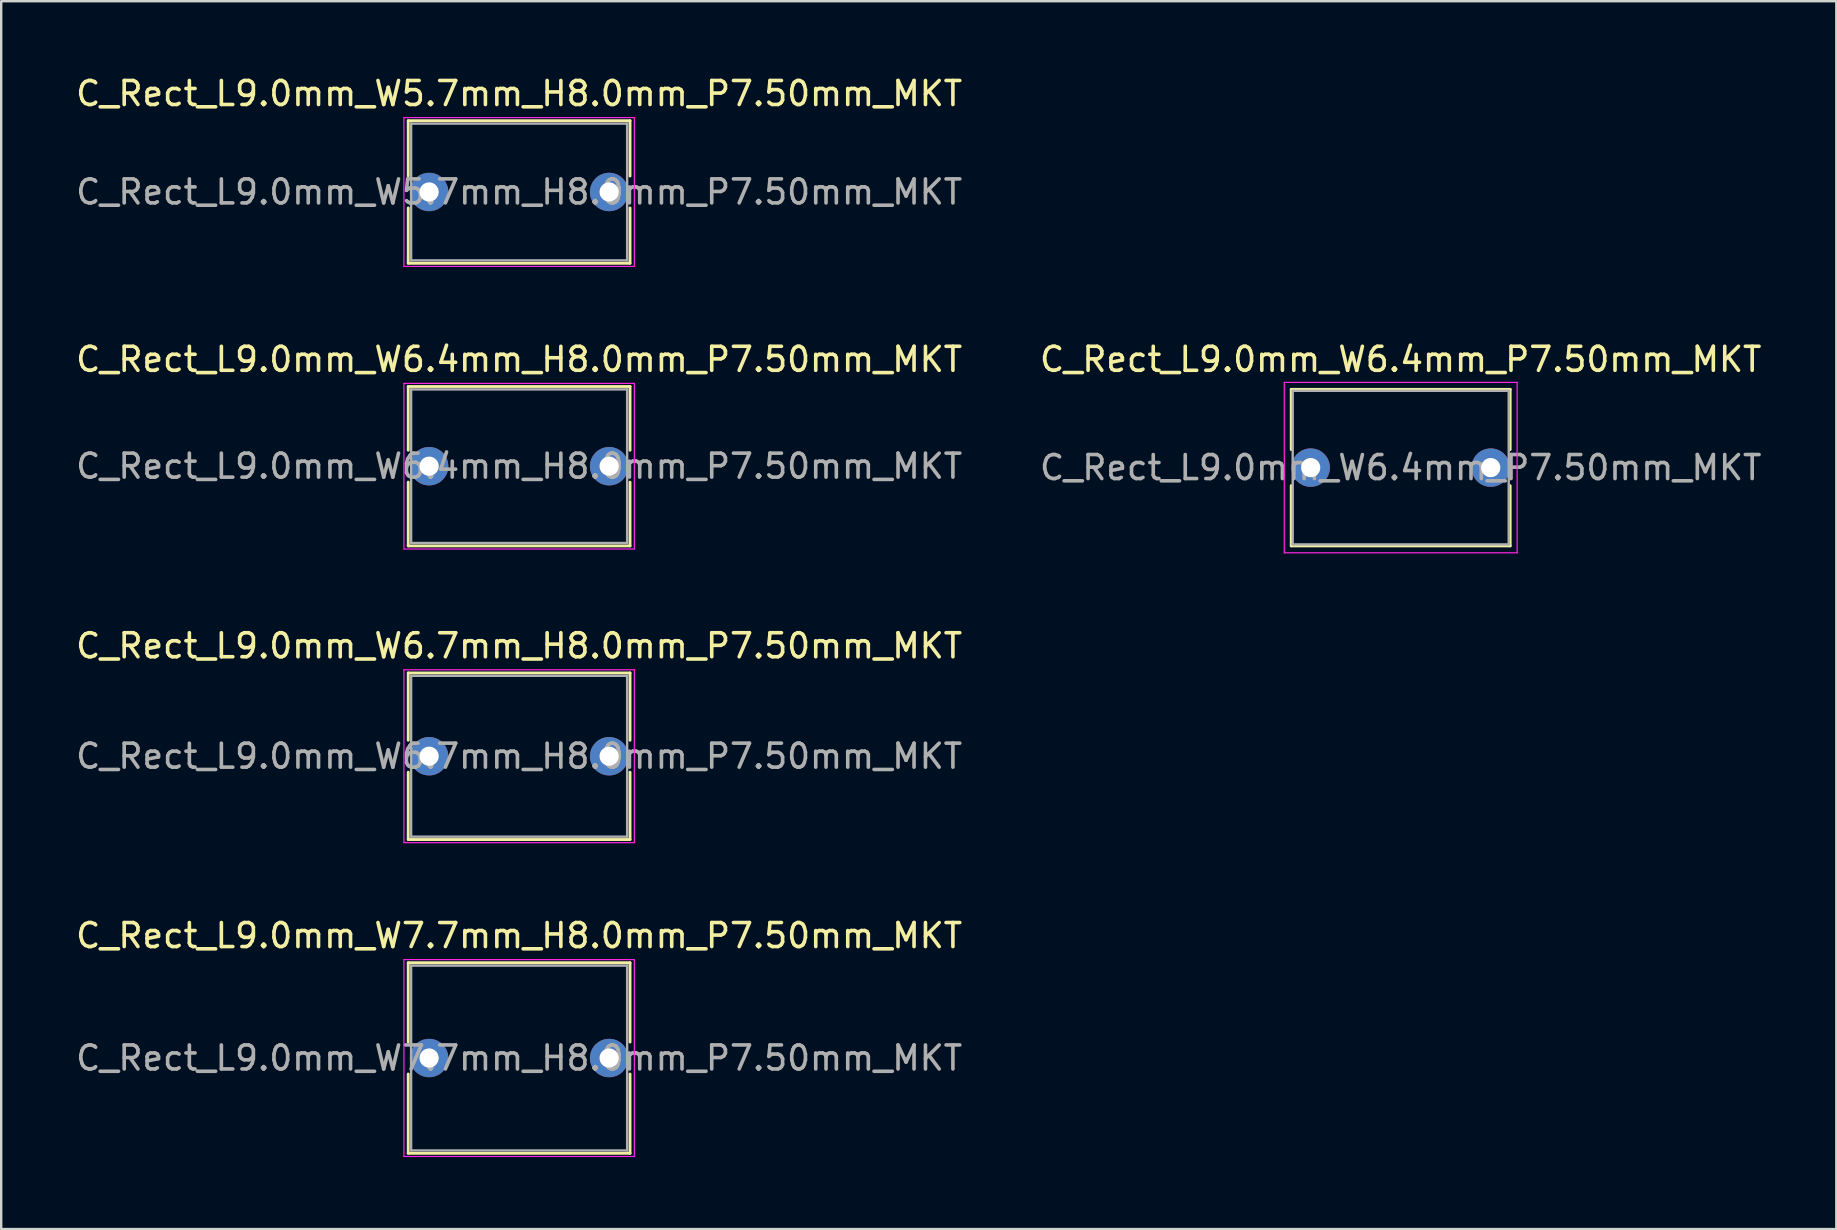
<source format=kicad_pcb>
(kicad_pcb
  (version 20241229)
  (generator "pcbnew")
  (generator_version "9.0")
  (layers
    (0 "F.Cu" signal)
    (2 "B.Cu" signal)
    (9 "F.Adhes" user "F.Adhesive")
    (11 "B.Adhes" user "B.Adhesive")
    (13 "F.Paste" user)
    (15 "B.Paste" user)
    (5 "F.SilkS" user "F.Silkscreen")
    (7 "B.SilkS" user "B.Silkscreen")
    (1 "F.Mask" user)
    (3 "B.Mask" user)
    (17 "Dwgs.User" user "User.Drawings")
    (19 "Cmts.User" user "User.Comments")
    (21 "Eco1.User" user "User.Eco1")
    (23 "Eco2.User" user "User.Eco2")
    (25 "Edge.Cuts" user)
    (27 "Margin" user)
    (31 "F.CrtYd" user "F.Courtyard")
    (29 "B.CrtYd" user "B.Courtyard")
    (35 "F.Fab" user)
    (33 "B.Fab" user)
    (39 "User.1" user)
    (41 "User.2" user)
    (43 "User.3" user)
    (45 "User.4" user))
  (footprint "C_Rect_L9.0mm_W6.4mm_P7.50mm_MKT"
    (layer "F.Cu")
    (at 51.554 16.431)
    (property "Reference" "C_Rect_L9.0mm_W6.4mm_P7.50mm_MKT" (at 3.75 -4.51 0) (layer "F.SilkS") (effects (font (size 1 1) (thickness 0.15))))
    (attr through_hole)
    (fp_line (start -0.81 -3.26) (end -0.81 -0.75) (stroke (width 0.12) (type solid)) (layer "F.SilkS"))
    (fp_line (start -0.81 -3.26) (end 8.31 -3.26) (stroke (width 0.12) (type solid)) (layer "F.SilkS"))
    (fp_line (start -0.81 0.75) (end -0.81 3.26) (stroke (width 0.12) (type solid)) (layer "F.SilkS"))
    (fp_line (start -0.81 3.26) (end 8.31 3.26) (stroke (width 0.12) (type solid)) (layer "F.SilkS"))
    (fp_line (start 8.31 -3.26) (end 8.31 -0.75) (stroke (width 0.12) (type solid)) (layer "F.SilkS"))
    (fp_line (start 8.31 0.75) (end 8.31 3.26) (stroke (width 0.12) (type solid)) (layer "F.SilkS"))
    (fp_line (start -1.1 -3.55) (end -1.1 3.55) (stroke (width 0.05) (type solid)) (layer "F.CrtYd"))
    (fp_line (start -1.1 3.55) (end 8.6 3.55) (stroke (width 0.05) (type solid)) (layer "F.CrtYd"))
    (fp_line (start 8.6 -3.55) (end -1.1 -3.55) (stroke (width 0.05) (type solid)) (layer "F.CrtYd"))
    (fp_line (start 8.6 3.55) (end 8.6 -3.55) (stroke (width 0.05) (type solid)) (layer "F.CrtYd"))
    (fp_line (start -0.75 -3.2) (end -0.75 3.2) (stroke (width 0.1) (type solid)) (layer "F.Fab"))
    (fp_line (start -0.75 3.2) (end 8.25 3.2) (stroke (width 0.1) (type solid)) (layer "F.Fab"))
    (fp_line (start 8.25 -3.2) (end -0.75 -3.2) (stroke (width 0.1) (type solid)) (layer "F.Fab"))
    (fp_line (start 8.25 3.2) (end 8.25 -3.2) (stroke (width 0.1) (type solid)) (layer "F.Fab"))
    (fp_text user "${REFERENCE}" (at 3.75 0 0) (layer "F.Fab") (effects (font (size 1 1) (thickness 0.15))))
    (pad "1" thru_hole circle (at 0 0) (size 1.6 1.6) (drill 0.8) (layers "*.Cu" "*.Mask"))
    (pad "2" thru_hole circle (at 7.5 0) (size 1.6 1.6) (drill 0.8) (layers "*.Cu" "*.Mask")))
  (footprint "C_Rect_L9.0mm_W5.7mm_H8.0mm_P7.50mm_MKT"
    (layer "F.Cu")
    (at 14.827 4.948)
    (property "Reference" "C_Rect_L9.0mm_W5.7mm_H8.0mm_P7.50mm_MKT" (at 3.75 -4.1 0) (layer "F.SilkS") (effects (font (size 1 1) (thickness 0.15))))
    (attr through_hole)
    (fp_line (start -0.87 -2.97) (end -0.87 -0.665) (stroke (width 0.12) (type solid)) (layer "F.SilkS"))
    (fp_line (start -0.87 -2.97) (end 8.37 -2.97) (stroke (width 0.12) (type solid)) (layer "F.SilkS"))
    (fp_line (start -0.87 0.665) (end -0.87 2.97) (stroke (width 0.12) (type solid)) (layer "F.SilkS"))
    (fp_line (start -0.87 2.97) (end 8.37 2.97) (stroke (width 0.12) (type solid)) (layer "F.SilkS"))
    (fp_line (start 8.37 -2.97) (end 8.37 -0.665) (stroke (width 0.12) (type solid)) (layer "F.SilkS"))
    (fp_line (start 8.37 0.665) (end 8.37 2.97) (stroke (width 0.12) (type solid)) (layer "F.SilkS"))
    (fp_line (start -1.05 -3.1) (end -1.05 3.1) (stroke (width 0.05) (type solid)) (layer "F.CrtYd"))
    (fp_line (start -1.05 3.1) (end 8.55 3.1) (stroke (width 0.05) (type solid)) (layer "F.CrtYd"))
    (fp_line (start 8.55 -3.1) (end -1.05 -3.1) (stroke (width 0.05) (type solid)) (layer "F.CrtYd"))
    (fp_line (start 8.55 3.1) (end 8.55 -3.1) (stroke (width 0.05) (type solid)) (layer "F.CrtYd"))
    (fp_line (start -0.75 -2.85) (end -0.75 2.85) (stroke (width 0.1) (type solid)) (layer "F.Fab"))
    (fp_line (start -0.75 2.85) (end 8.25 2.85) (stroke (width 0.1) (type solid)) (layer "F.Fab"))
    (fp_line (start 8.25 -2.85) (end -0.75 -2.85) (stroke (width 0.1) (type solid)) (layer "F.Fab"))
    (fp_line (start 8.25 2.85) (end 8.25 -2.85) (stroke (width 0.1) (type solid)) (layer "F.Fab"))
    (fp_text user "${REFERENCE}" (at 3.75 0 0) (layer "F.Fab") (effects (font (size 1 1) (thickness 0.15))))
    (pad "1" thru_hole circle (at 0 0) (size 1.6 1.6) (drill 0.8) (layers "*.Cu" "*.Mask"))
    (pad "2" thru_hole circle (at 7.5 0) (size 1.6 1.6) (drill 0.8) (layers "*.Cu" "*.Mask")))
  (footprint "C_Rect_L9.0mm_W6.4mm_H8.0mm_P7.50mm_MKT"
    (layer "F.Cu")
    (at 14.827 16.372)
    (property "Reference" "C_Rect_L9.0mm_W6.4mm_H8.0mm_P7.50mm_MKT" (at 3.75 -4.45 0) (layer "F.SilkS") (effects (font (size 1 1) (thickness 0.15))))
    (attr through_hole)
    (fp_line (start -0.87 -3.32) (end -0.87 -0.665) (stroke (width 0.12) (type solid)) (layer "F.SilkS"))
    (fp_line (start -0.87 -3.32) (end 8.37 -3.32) (stroke (width 0.12) (type solid)) (layer "F.SilkS"))
    (fp_line (start -0.87 0.665) (end -0.87 3.32) (stroke (width 0.12) (type solid)) (layer "F.SilkS"))
    (fp_line (start -0.87 3.32) (end 8.37 3.32) (stroke (width 0.12) (type solid)) (layer "F.SilkS"))
    (fp_line (start 8.37 -3.32) (end 8.37 -0.665) (stroke (width 0.12) (type solid)) (layer "F.SilkS"))
    (fp_line (start 8.37 0.665) (end 8.37 3.32) (stroke (width 0.12) (type solid)) (layer "F.SilkS"))
    (fp_line (start -1.05 -3.45) (end -1.05 3.45) (stroke (width 0.05) (type solid)) (layer "F.CrtYd"))
    (fp_line (start -1.05 3.45) (end 8.55 3.45) (stroke (width 0.05) (type solid)) (layer "F.CrtYd"))
    (fp_line (start 8.55 -3.45) (end -1.05 -3.45) (stroke (width 0.05) (type solid)) (layer "F.CrtYd"))
    (fp_line (start 8.55 3.45) (end 8.55 -3.45) (stroke (width 0.05) (type solid)) (layer "F.CrtYd"))
    (fp_line (start -0.75 -3.2) (end -0.75 3.2) (stroke (width 0.1) (type solid)) (layer "F.Fab"))
    (fp_line (start -0.75 3.2) (end 8.25 3.2) (stroke (width 0.1) (type solid)) (layer "F.Fab"))
    (fp_line (start 8.25 -3.2) (end -0.75 -3.2) (stroke (width 0.1) (type solid)) (layer "F.Fab"))
    (fp_line (start 8.25 3.2) (end 8.25 -3.2) (stroke (width 0.1) (type solid)) (layer "F.Fab"))
    (fp_text user "${REFERENCE}" (at 3.75 0 0) (layer "F.Fab") (effects (font (size 1 1) (thickness 0.15))))
    (pad "1" thru_hole circle (at 0 0) (size 1.6 1.6) (drill 0.8) (layers "*.Cu" "*.Mask"))
    (pad "2" thru_hole circle (at 7.5 0) (size 1.6 1.6) (drill 0.8) (layers "*.Cu" "*.Mask")))
  (footprint "C_Rect_L9.0mm_W7.7mm_H8.0mm_P7.50mm_MKT"
    (layer "F.Cu")
    (at 14.827 41.028)
    (property "Reference" "C_Rect_L9.0mm_W7.7mm_H8.0mm_P7.50mm_MKT" (at 3.75 -5.1 0) (layer "F.SilkS") (effects (font (size 1 1) (thickness 0.15))))
    (attr through_hole)
    (fp_line (start -0.87 -3.97) (end -0.87 -0.665) (stroke (width 0.12) (type solid)) (layer "F.SilkS"))
    (fp_line (start -0.87 -3.97) (end 8.37 -3.97) (stroke (width 0.12) (type solid)) (layer "F.SilkS"))
    (fp_line (start -0.87 0.665) (end -0.87 3.97) (stroke (width 0.12) (type solid)) (layer "F.SilkS"))
    (fp_line (start -0.87 3.97) (end 8.37 3.97) (stroke (width 0.12) (type solid)) (layer "F.SilkS"))
    (fp_line (start 8.37 -3.97) (end 8.37 -0.665) (stroke (width 0.12) (type solid)) (layer "F.SilkS"))
    (fp_line (start 8.37 0.665) (end 8.37 3.97) (stroke (width 0.12) (type solid)) (layer "F.SilkS"))
    (fp_line (start -1.05 -4.1) (end -1.05 4.1) (stroke (width 0.05) (type solid)) (layer "F.CrtYd"))
    (fp_line (start -1.05 4.1) (end 8.55 4.1) (stroke (width 0.05) (type solid)) (layer "F.CrtYd"))
    (fp_line (start 8.55 -4.1) (end -1.05 -4.1) (stroke (width 0.05) (type solid)) (layer "F.CrtYd"))
    (fp_line (start 8.55 4.1) (end 8.55 -4.1) (stroke (width 0.05) (type solid)) (layer "F.CrtYd"))
    (fp_line (start -0.75 -3.85) (end -0.75 3.85) (stroke (width 0.1) (type solid)) (layer "F.Fab"))
    (fp_line (start -0.75 3.85) (end 8.25 3.85) (stroke (width 0.1) (type solid)) (layer "F.Fab"))
    (fp_line (start 8.25 -3.85) (end -0.75 -3.85) (stroke (width 0.1) (type solid)) (layer "F.Fab"))
    (fp_line (start 8.25 3.85) (end 8.25 -3.85) (stroke (width 0.1) (type solid)) (layer "F.Fab"))
    (fp_text user "${REFERENCE}" (at 3.75 0 0) (layer "F.Fab") (effects (font (size 1 1) (thickness 0.15))))
    (pad "1" thru_hole circle (at 0 0) (size 1.6 1.6) (drill 0.8) (layers "*.Cu" "*.Mask"))
    (pad "2" thru_hole circle (at 7.5 0) (size 1.6 1.6) (drill 0.8) (layers "*.Cu" "*.Mask")))
  (footprint "C_Rect_L9.0mm_W6.7mm_H8.0mm_P7.50mm_MKT"
    (layer "F.Cu")
    (at 14.827 28.455)
    (property "Reference" "C_Rect_L9.0mm_W6.7mm_H8.0mm_P7.50mm_MKT" (at 3.75 -4.6 0) (layer "F.SilkS") (effects (font (size 1 1) (thickness 0.15))))
    (attr through_hole)
    (fp_line (start -0.87 -3.47) (end -0.87 -0.665) (stroke (width 0.12) (type solid)) (layer "F.SilkS"))
    (fp_line (start -0.87 -3.47) (end 8.37 -3.47) (stroke (width 0.12) (type solid)) (layer "F.SilkS"))
    (fp_line (start -0.87 0.665) (end -0.87 3.47) (stroke (width 0.12) (type solid)) (layer "F.SilkS"))
    (fp_line (start -0.87 3.47) (end 8.37 3.47) (stroke (width 0.12) (type solid)) (layer "F.SilkS"))
    (fp_line (start 8.37 -3.47) (end 8.37 -0.665) (stroke (width 0.12) (type solid)) (layer "F.SilkS"))
    (fp_line (start 8.37 0.665) (end 8.37 3.47) (stroke (width 0.12) (type solid)) (layer "F.SilkS"))
    (fp_line (start -1.05 -3.6) (end -1.05 3.6) (stroke (width 0.05) (type solid)) (layer "F.CrtYd"))
    (fp_line (start -1.05 3.6) (end 8.55 3.6) (stroke (width 0.05) (type solid)) (layer "F.CrtYd"))
    (fp_line (start 8.55 -3.6) (end -1.05 -3.6) (stroke (width 0.05) (type solid)) (layer "F.CrtYd"))
    (fp_line (start 8.55 3.6) (end 8.55 -3.6) (stroke (width 0.05) (type solid)) (layer "F.CrtYd"))
    (fp_line (start -0.75 -3.35) (end -0.75 3.35) (stroke (width 0.1) (type solid)) (layer "F.Fab"))
    (fp_line (start -0.75 3.35) (end 8.25 3.35) (stroke (width 0.1) (type solid)) (layer "F.Fab"))
    (fp_line (start 8.25 -3.35) (end -0.75 -3.35) (stroke (width 0.1) (type solid)) (layer "F.Fab"))
    (fp_line (start 8.25 3.35) (end 8.25 -3.35) (stroke (width 0.1) (type solid)) (layer "F.Fab"))
    (fp_text user "${REFERENCE}" (at 3.75 0 0) (layer "F.Fab") (effects (font (size 1 1) (thickness 0.15))))
    (pad "1" thru_hole circle (at 0 0) (size 1.6 1.6) (drill 0.8) (layers "*.Cu" "*.Mask"))
    (pad "2" thru_hole circle (at 7.5 0) (size 1.6 1.6) (drill 0.8) (layers "*.Cu" "*.Mask")))
  (gr_rect
    (start -3 -3)
    (end 73.452 48.153)
    (stroke (width 0.1) (type default))
    (fill no)
    (layer "Edge.Cuts")))
</source>
